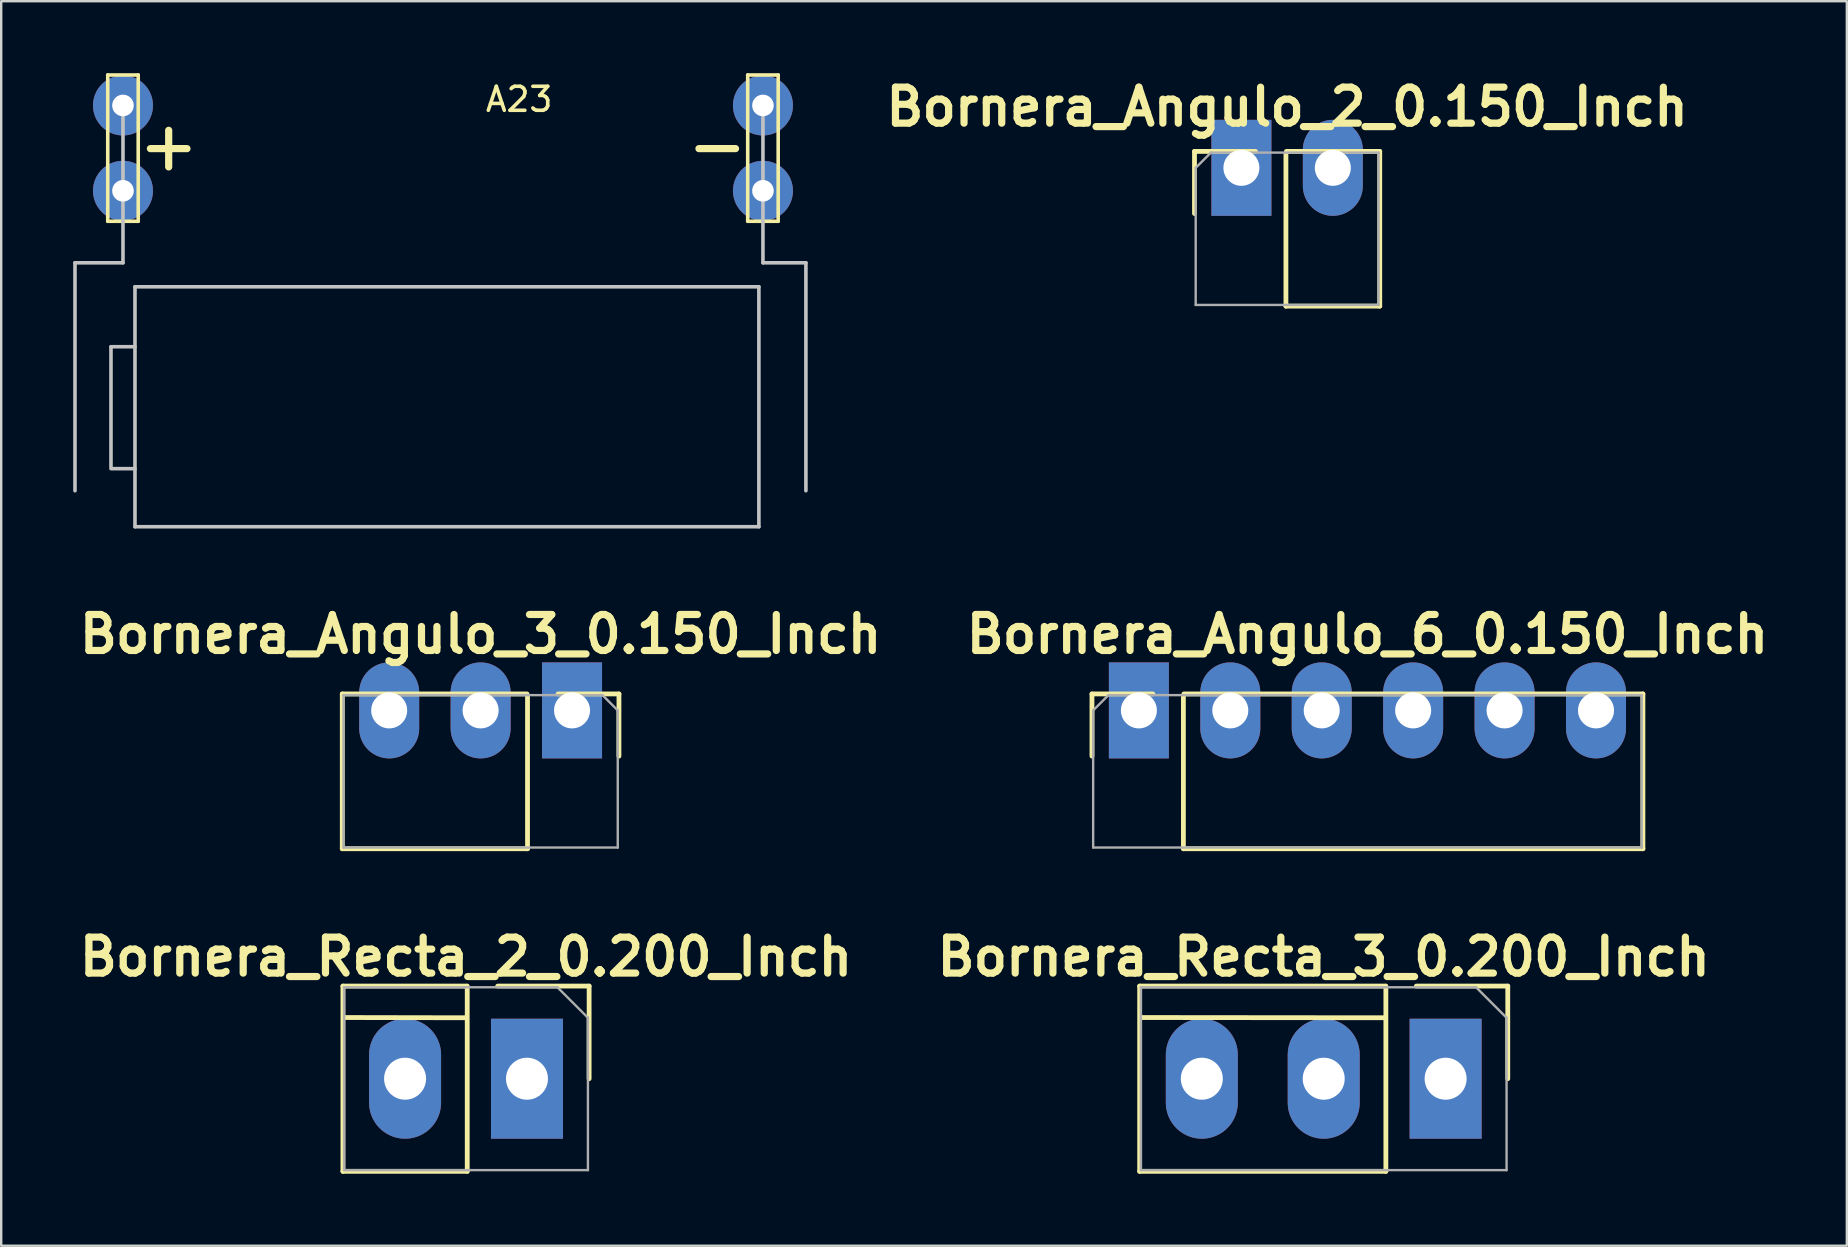
<source format=kicad_pcb>
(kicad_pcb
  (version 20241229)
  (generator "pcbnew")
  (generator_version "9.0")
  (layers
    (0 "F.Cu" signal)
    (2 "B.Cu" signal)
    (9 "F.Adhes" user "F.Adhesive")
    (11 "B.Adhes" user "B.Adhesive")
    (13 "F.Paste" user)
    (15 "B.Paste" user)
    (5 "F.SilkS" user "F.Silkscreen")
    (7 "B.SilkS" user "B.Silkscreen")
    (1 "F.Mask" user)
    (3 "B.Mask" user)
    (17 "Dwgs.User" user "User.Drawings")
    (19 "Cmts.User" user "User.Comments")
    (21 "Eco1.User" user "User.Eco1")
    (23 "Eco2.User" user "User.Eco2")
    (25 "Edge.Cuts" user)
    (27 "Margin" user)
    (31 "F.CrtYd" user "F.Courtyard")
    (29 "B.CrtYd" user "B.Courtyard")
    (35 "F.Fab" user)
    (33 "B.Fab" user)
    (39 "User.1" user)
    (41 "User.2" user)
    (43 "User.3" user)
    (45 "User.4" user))
  (footprint "Bornera_Recta_2_0.200_Inch"
    (layer "F.Cu")
    (at 16.371 41.904)
    (property "Reference" "Bornera_Recta_2_0.200_Inch" (at 0 -5.08 0) (layer "F.SilkS") (effects (font (size 1.5 1.5) (thickness 0.3))))
    (attr through_hole)
    (fp_line (start -5.13 -3.86) (end -5.13 3.86) (stroke (width 0.2) (type solid)) (layer "F.SilkS"))
    (fp_line (start 0.01 -2.54) (end -5.08 -2.55) (stroke (width 0.2) (type solid)) (layer "F.SilkS"))
    (fp_line (start 0.03 -3.86) (end -5.13 -3.86) (stroke (width 0.2) (type solid)) (layer "F.SilkS"))
    (fp_line (start 0.05 -3.86) (end 0.05 3.86) (stroke (width 0.2) (type solid)) (layer "F.SilkS"))
    (fp_line (start 0.05 3.86) (end -5.13 3.86) (stroke (width 0.2) (type solid)) (layer "F.SilkS"))
    (fp_line (start 5.13 -3.86) (end 1.32 -3.86) (stroke (width 0.2) (type solid)) (layer "F.SilkS"))
    (fp_line (start 5.13 -3.86) (end 5.13 0) (stroke (width 0.2) (type solid)) (layer "F.SilkS"))
    (fp_line (start -5.08 -3.81) (end -5.08 3.81) (stroke (width 0.1) (type solid)) (layer "F.Fab"))
    (fp_line (start -5.08 3.81) (end 5.08 3.81) (stroke (width 0.1) (type solid)) (layer "F.Fab"))
    (fp_line (start 3.81 -3.81) (end -5.08 -3.81) (stroke (width 0.1) (type solid)) (layer "F.Fab"))
    (fp_line (start 5.08 -2.54) (end 3.81 -3.81) (stroke (width 0.1) (type solid)) (layer "F.Fab"))
    (fp_line (start 5.08 3.81) (end 5.08 -2.54) (stroke (width 0.1) (type solid)) (layer "F.Fab"))
    (pad "1" thru_hole rect (at 2.54 0 180) (size 3 5) (drill 1.75) (layers "*.Cu" "*.Mask"))
    (pad "2" thru_hole oval (at -2.54 0 180) (size 3 5) (drill 1.75) (layers "*.Cu" "*.Mask")))
  (footprint "Bornera_Recta_3_0.200_Inch"
    (layer "F.Cu")
    (at 52.114 41.904)
    (property "Reference" "Bornera_Recta_3_0.200_Inch" (at 0 -5.08 0) (layer "F.SilkS") (effects (font (size 1.5 1.5) (thickness 0.3))))
    (attr through_hole)
    (fp_line (start -7.67 -3.86) (end -7.67 3.86) (stroke (width 0.2) (type solid)) (layer "F.SilkS"))
    (fp_line (start 2.55 -2.54) (end -7.62 -2.55) (stroke (width 0.2) (type solid)) (layer "F.SilkS"))
    (fp_line (start 2.57 -3.86) (end -7.67 -3.86) (stroke (width 0.2) (type solid)) (layer "F.SilkS"))
    (fp_line (start 2.59 -3.86) (end 2.59 3.86) (stroke (width 0.2) (type solid)) (layer "F.SilkS"))
    (fp_line (start 2.59 3.86) (end -7.67 3.86) (stroke (width 0.2) (type solid)) (layer "F.SilkS"))
    (fp_line (start 7.67 -3.86) (end 3.86 -3.86) (stroke (width 0.2) (type solid)) (layer "F.SilkS"))
    (fp_line (start 7.67 -3.86) (end 7.67 0) (stroke (width 0.2) (type solid)) (layer "F.SilkS"))
    (fp_line (start -7.62 -3.81) (end -7.62 3.81) (stroke (width 0.1) (type solid)) (layer "F.Fab"))
    (fp_line (start -7.62 3.81) (end 7.62 3.81) (stroke (width 0.1) (type solid)) (layer "F.Fab"))
    (fp_line (start 6.35 -3.81) (end -7.62 -3.81) (stroke (width 0.1) (type solid)) (layer "F.Fab"))
    (fp_line (start 7.62 -2.54) (end 6.35 -3.81) (stroke (width 0.1) (type solid)) (layer "F.Fab"))
    (fp_line (start 7.62 3.81) (end 7.62 -2.54) (stroke (width 0.1) (type solid)) (layer "F.Fab"))
    (pad "1" thru_hole rect (at 5.08 0 180) (size 3 5) (drill 1.75) (layers "*.Cu" "*.Mask"))
    (pad "2" thru_hole oval (at 0 0 180) (size 3 5) (drill 1.75) (layers "*.Cu" "*.Mask"))
    (pad "3" thru_hole oval (at -5.08 0 180) (size 3 5) (drill 1.75) (layers "*.Cu" "*.Mask")))
  (footprint "Bornera_Angulo_3_0.150_Inch"
    (layer "F.Cu")
    (at 16.979 26.555)
    (property "Reference" "Bornera_Angulo_3_0.150_Inch" (at 0 -3.175 0) (layer "F.SilkS") (effects (font (size 1.5 1.5) (thickness 0.3))))
    (attr through_hole)
    (fp_line (start -5.765 -0.685) (end -5.765 5.765) (stroke (width 0.2) (type solid)) (layer "F.SilkS"))
    (fp_line (start 1.935 -0.685) (end -5.765 -0.685) (stroke (width 0.2) (type solid)) (layer "F.SilkS"))
    (fp_line (start 1.955 -0.558) (end 1.955 5.765) (stroke (width 0.2) (type solid)) (layer "F.SilkS"))
    (fp_line (start 1.955 5.765) (end -5.765 5.765) (stroke (width 0.2) (type solid)) (layer "F.SilkS"))
    (fp_line (start 5.765 -0.685) (end 3.225 -0.685) (stroke (width 0.2) (type solid)) (layer "F.SilkS"))
    (fp_line (start 5.765 -0.685) (end 5.765 1.905) (stroke (width 0.2) (type solid)) (layer "F.SilkS"))
    (fp_line (start -5.715 -0.635) (end -5.715 5.715) (stroke (width 0.1) (type solid)) (layer "F.Fab"))
    (fp_line (start -5.715 5.715) (end 5.715 5.715) (stroke (width 0.1) (type solid)) (layer "F.Fab"))
    (fp_line (start 5.08 -0.635) (end -5.715 -0.635) (stroke (width 0.1) (type solid)) (layer "F.Fab"))
    (fp_line (start 5.715 0) (end 5.08 -0.635) (stroke (width 0.1) (type solid)) (layer "F.Fab"))
    (fp_line (start 5.715 5.715) (end 5.715 0) (stroke (width 0.1) (type solid)) (layer "F.Fab"))
    (pad "1" thru_hole rect (at 3.81 0 180) (size 2.5 4) (drill 1.5) (layers "*.Cu" "*.Mask"))
    (pad "2" thru_hole oval (at 0 0 180) (size 2.5 4) (drill 1.5) (layers "*.Cu" "*.Mask"))
    (pad "3" thru_hole oval (at -3.81 0 180) (size 2.5 4) (drill 1.5) (layers "*.Cu" "*.Mask")))
  (footprint "A23"
    (layer "F.Cu")
    (at 2.075 4.901)
    (property "Reference" "A23" (at 16.51 -3.81 0) (layer "F.SilkS") (effects (font (size 1 1) (thickness 0.15))))
    (attr through_hole)
    (fp_line (start -0.635 -4.826) (end -0.635 1.27) (stroke (width 0.15) (type solid)) (layer "F.SilkS"))
    (fp_line (start -0.635 -4.826) (end 0.635 -4.826) (stroke (width 0.15) (type solid)) (layer "F.SilkS"))
    (fp_line (start -0.635 1.27) (end 0.635 1.27) (stroke (width 0.15) (type solid)) (layer "F.SilkS"))
    (fp_line (start 0.635 -4.826) (end 0.635 1.27) (stroke (width 0.15) (type solid)) (layer "F.SilkS"))
    (fp_line (start 26.035 -4.826) (end 26.035 1.27) (stroke (width 0.15) (type solid)) (layer "F.SilkS"))
    (fp_line (start 26.035 -4.826) (end 27.305 -4.826) (stroke (width 0.15) (type solid)) (layer "F.SilkS"))
    (fp_line (start 26.035 1.27) (end 27.305 1.27) (stroke (width 0.15) (type solid)) (layer "F.SilkS"))
    (fp_line (start 27.305 -4.826) (end 27.305 1.27) (stroke (width 0.15) (type solid)) (layer "F.SilkS"))
    (fp_line (start -2 3) (end -2 12.5) (stroke (width 0.15) (type solid)) (layer "Dwgs.User"))
    (fp_line (start -0.5 6.5) (end -0.5 11.5) (stroke (width 0.15) (type solid)) (layer "Dwgs.User"))
    (fp_line (start -0.5 6.5) (end 0.5 6.5) (stroke (width 0.15) (type solid)) (layer "Dwgs.User"))
    (fp_line (start -0.5 11.58) (end 0.5 11.58) (stroke (width 0.15) (type solid)) (layer "Dwgs.User"))
    (fp_line (start 0 -3.5) (end 0 3) (stroke (width 0.15) (type solid)) (layer "Dwgs.User"))
    (fp_line (start 0 3) (end -2 3) (stroke (width 0.15) (type solid)) (layer "Dwgs.User"))
    (fp_line (start 0.5 4) (end 0.5 14) (stroke (width 0.15) (type solid)) (layer "Dwgs.User"))
    (fp_line (start 26.5 4) (end 0.5 4) (stroke (width 0.15) (type solid)) (layer "Dwgs.User"))
    (fp_line (start 26.5 4) (end 26.5 14) (stroke (width 0.15) (type solid)) (layer "Dwgs.User"))
    (fp_line (start 26.5 14) (end 0.5 14) (stroke (width 0.15) (type solid)) (layer "Dwgs.User"))
    (fp_line (start 26.67 -3.5) (end 26.67 3) (stroke (width 0.15) (type solid)) (layer "Dwgs.User"))
    (fp_line (start 26.67 3) (end 28.46 3) (stroke (width 0.15) (type solid)) (layer "Dwgs.User"))
    (fp_line (start 28.46 3) (end 28.46 12.5) (stroke (width 0.15) (type solid)) (layer "Dwgs.User"))
    (fp_text user "-" (at 24.765 -1.905 0) (layer "F.SilkS") (effects (font (size 2 2) (thickness 0.3))))
    (fp_text user "+" (at 1.905 -1.905 0) (layer "F.SilkS") (effects (font (size 2 2) (thickness 0.3))))
    (pad "1" thru_hole circle (at 0 -3.556) (size 2.5 2.5) (drill 0.9) (layers "*.Cu" "*.Mask"))
    (pad "1" thru_hole circle (at 0 0) (size 2.5 2.5) (drill 0.9) (layers "*.Cu" "*.Mask"))
    (pad "2" thru_hole circle (at 26.67 -3.556) (size 2.5 2.5) (drill 0.9) (layers "*.Cu" "*.Mask"))
    (pad "2" thru_hole circle (at 26.67 0) (size 2.5 2.5) (drill 0.9) (layers "*.Cu" "*.Mask")))
  (footprint "Bornera_Angulo_2_0.150_Inch"
    (layer "F.Cu")
    (at 48.684 3.944)
    (property "Reference" "Bornera_Angulo_2_0.150_Inch" (at 1.905 -2.54 0) (layer "F.SilkS") (effects (font (size 1.5 1.5) (thickness 0.3))))
    (attr through_hole)
    (fp_line (start -1.955 -0.685) (end -1.955 1.905) (stroke (width 0.2) (type solid)) (layer "F.SilkS"))
    (fp_line (start -1.955 -0.685) (end 0.585 -0.685) (stroke (width 0.2) (type solid)) (layer "F.SilkS"))
    (fp_line (start 1.855 -0.558) (end 1.855 5.765) (stroke (width 0.2) (type solid)) (layer "F.SilkS"))
    (fp_line (start 1.855 5.765) (end 5.765 5.765) (stroke (width 0.2) (type solid)) (layer "F.SilkS"))
    (fp_line (start 1.875 -0.685) (end 5.765 -0.685) (stroke (width 0.2) (type solid)) (layer "F.SilkS"))
    (fp_line (start 5.765 -0.685) (end 5.765 5.765) (stroke (width 0.2) (type solid)) (layer "F.SilkS"))
    (fp_line (start -1.905 0) (end -1.27 -0.635) (stroke (width 0.1) (type solid)) (layer "F.Fab"))
    (fp_line (start -1.905 5.715) (end -1.905 0) (stroke (width 0.1) (type solid)) (layer "F.Fab"))
    (fp_line (start -1.27 -0.635) (end 5.715 -0.635) (stroke (width 0.1) (type solid)) (layer "F.Fab"))
    (fp_line (start 5.715 -0.635) (end 5.715 5.715) (stroke (width 0.1) (type solid)) (layer "F.Fab"))
    (fp_line (start 5.715 5.715) (end -1.905 5.715) (stroke (width 0.1) (type solid)) (layer "F.Fab"))
    (pad "1" thru_hole rect (at 0 0 180) (size 2.5 4) (drill 1.5) (layers "*.Cu" "*.Mask"))
    (pad "2" thru_hole oval (at 3.81 0 180) (size 2.5 4) (drill 1.5) (layers "*.Cu" "*.Mask")))
  (footprint "Bornera_Angulo_6_0.150_Inch"
    (layer "F.Cu")
    (at 44.411 26.555)
    (property "Reference" "Bornera_Angulo_6_0.150_Inch" (at 9.525 -3.175 0) (layer "F.SilkS") (effects (font (size 1.5 1.5) (thickness 0.3))))
    (attr through_hole)
    (fp_line (start -1.955 -0.685) (end -1.955 1.905) (stroke (width 0.2) (type solid)) (layer "F.SilkS"))
    (fp_line (start -1.955 -0.685) (end 0.585 -0.685) (stroke (width 0.2) (type solid)) (layer "F.SilkS"))
    (fp_line (start 1.855 -0.558) (end 1.855 5.765) (stroke (width 0.2) (type solid)) (layer "F.SilkS"))
    (fp_line (start 1.855 5.765) (end 21.005 5.765) (stroke (width 0.2) (type solid)) (layer "F.SilkS"))
    (fp_line (start 1.875 -0.685) (end 21.005 -0.685) (stroke (width 0.2) (type solid)) (layer "F.SilkS"))
    (fp_line (start 21.005 -0.685) (end 21.005 5.765) (stroke (width 0.2) (type solid)) (layer "F.SilkS"))
    (fp_line (start -1.905 0) (end -1.27 -0.635) (stroke (width 0.1) (type solid)) (layer "F.Fab"))
    (fp_line (start -1.905 5.715) (end -1.905 0) (stroke (width 0.1) (type solid)) (layer "F.Fab"))
    (fp_line (start -1.27 -0.635) (end 20.955 -0.635) (stroke (width 0.1) (type solid)) (layer "F.Fab"))
    (fp_line (start 20.955 -0.635) (end 20.955 5.715) (stroke (width 0.1) (type solid)) (layer "F.Fab"))
    (fp_line (start 20.955 5.715) (end -1.905 5.715) (stroke (width 0.1) (type solid)) (layer "F.Fab"))
    (pad "1" thru_hole rect (at 0 0 180) (size 2.5 4) (drill 1.5) (layers "*.Cu" "*.Mask"))
    (pad "2" thru_hole oval (at 3.81 0 180) (size 2.5 4) (drill 1.5) (layers "*.Cu" "*.Mask"))
    (pad "3" thru_hole oval (at 7.62 0 180) (size 2.5 4) (drill 1.5) (layers "*.Cu" "*.Mask"))
    (pad "4" thru_hole oval (at 11.43 0 180) (size 2.5 4) (drill 1.5) (layers "*.Cu" "*.Mask"))
    (pad "5" thru_hole oval (at 15.24 0 180) (size 2.5 4) (drill 1.5) (layers "*.Cu" "*.Mask"))
    (pad "6" thru_hole oval (at 19.05 0 180) (size 2.5 4) (drill 1.5) (layers "*.Cu" "*.Mask")))
  (gr_rect
    (start -3 -3)
    (end 73.914 48.864)
    (stroke (width 0.1) (type default))
    (fill no)
    (layer "Edge.Cuts")))
</source>
